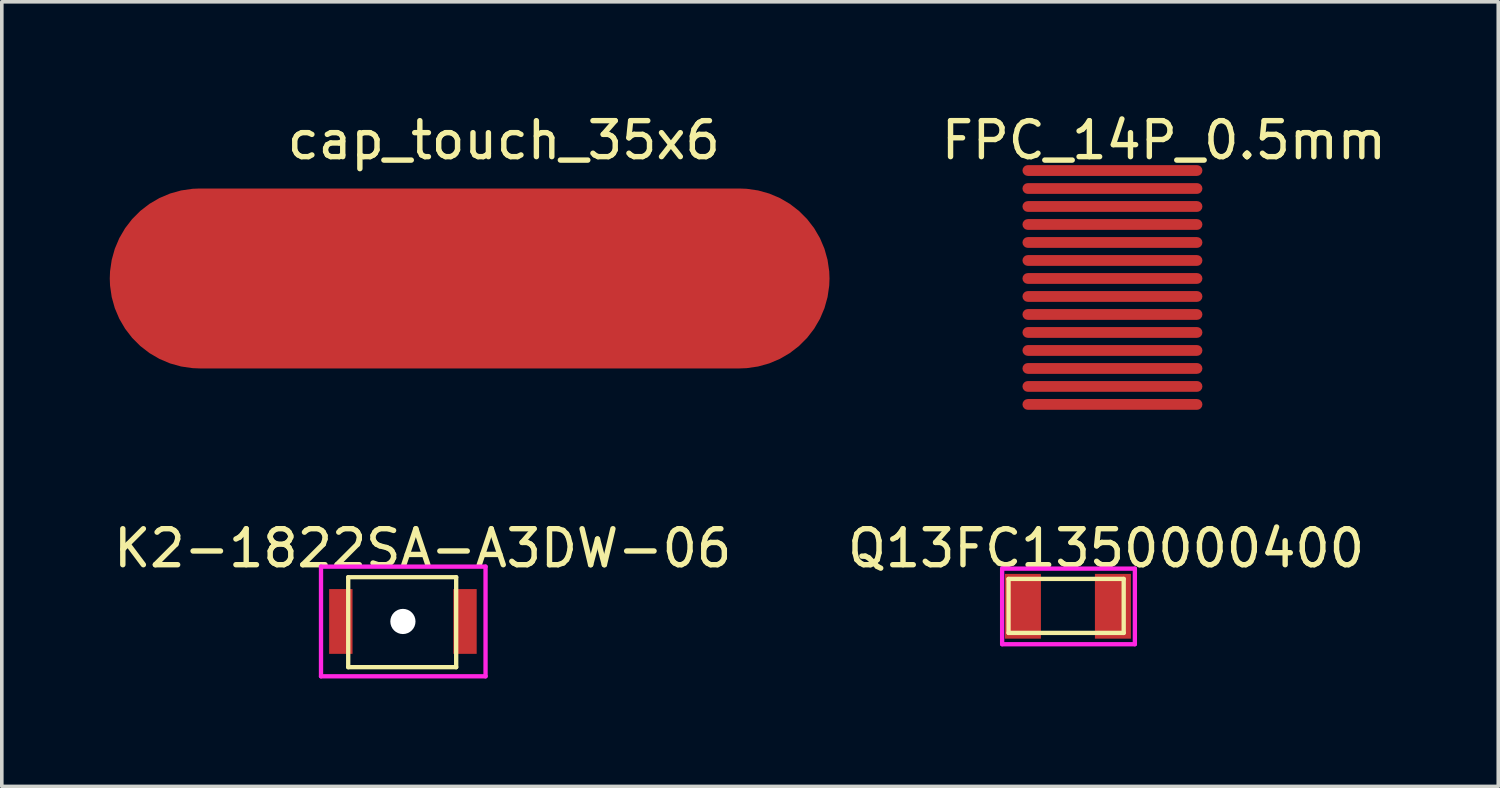
<source format=kicad_pcb>
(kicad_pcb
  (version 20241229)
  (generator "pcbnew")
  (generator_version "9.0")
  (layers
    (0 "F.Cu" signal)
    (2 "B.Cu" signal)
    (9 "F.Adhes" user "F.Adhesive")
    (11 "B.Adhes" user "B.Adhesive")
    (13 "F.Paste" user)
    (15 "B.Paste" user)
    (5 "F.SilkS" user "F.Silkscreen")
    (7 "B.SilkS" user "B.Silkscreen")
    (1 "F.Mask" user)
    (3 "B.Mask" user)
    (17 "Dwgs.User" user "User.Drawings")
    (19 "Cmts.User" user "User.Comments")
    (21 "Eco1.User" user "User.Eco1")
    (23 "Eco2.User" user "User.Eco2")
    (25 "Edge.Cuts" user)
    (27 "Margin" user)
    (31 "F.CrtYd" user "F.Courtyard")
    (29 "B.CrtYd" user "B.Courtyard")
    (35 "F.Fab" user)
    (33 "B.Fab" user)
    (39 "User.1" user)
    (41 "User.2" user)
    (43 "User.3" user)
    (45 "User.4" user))
  (footprint "cap_touch_35x6"
    (layer "F.Cu")
    (at 10.17 4.068)
    (property "Reference" "cap_touch_35x6" (at 0.78 -3.22 0) (layer "F.SilkS") (effects (font (size 1 1) (thickness 0.15))))
    (attr through_hole)
    (pad "1" smd roundrect (at -0.17 0.62) (size 20 5) (layers "F.Cu" "F.Mask" "F.Paste") (roundrect_rratio 0.5)))
  (footprint "K2-1822SA-A3DW-06"
    (layer "F.Cu")
    (at 8.156 14.219)
    (property "Reference" "K2-1822SA-A3DW-06" (at 0.54 -2.032 0) (layer "F.SilkS") (effects (font (size 1 1) (thickness 0.15))))
    (attr through_hole)
    (fp_line (start -1.53 -1.23) (end -1.53 1.27) (stroke (width 0.12) (type solid)) (layer "F.SilkS"))
    (fp_line (start -1.53 -1.23) (end 1.47 -1.23) (stroke (width 0.12) (type solid)) (layer "F.SilkS"))
    (fp_line (start -1.53 1.27) (end 1.47 1.27) (stroke (width 0.12) (type solid)) (layer "F.SilkS"))
    (fp_line (start 1.47 -1.23) (end 1.47 1.27) (stroke (width 0.12) (type solid)) (layer "F.SilkS"))
    (fp_line (start -2.286 -1.524) (end 2.286 -1.524) (stroke (width 0.12) (type solid)) (layer "F.CrtYd"))
    (fp_line (start -2.286 1.524) (end -2.286 -1.524) (stroke (width 0.12) (type solid)) (layer "F.CrtYd"))
    (fp_line (start 2.286 -1.524) (end 2.286 1.524) (stroke (width 0.12) (type solid)) (layer "F.CrtYd"))
    (fp_line (start 2.286 1.524) (end -2.286 1.524) (stroke (width 0.12) (type solid)) (layer "F.CrtYd"))
    (pad "" np_thru_hole circle (at -0.01 0) (size 0.7 0.7) (drill 0.7) (layers "*.Cu" "*.Mask"))
    (pad "1" smd rect (at -1.735 0) (size 0.65 1.8) (layers "F.Cu" "F.Mask" "F.Paste"))
    (pad "2" smd rect (at 1.715 0) (size 0.65 1.8) (layers "F.Cu" "F.Mask" "F.Paste")))
  (footprint "Q13FC1350000400"
    (layer "F.Cu")
    (at 26.575 13.767)
    (property "Reference" "Q13FC1350000400" (at 1.11 -1.58 0) (layer "F.SilkS") (effects (font (size 1 1) (thickness 0.15))))
    (attr smd)
    (fp_line (start -1.6 -0.73) (end -1.6 0.77) (stroke (width 0.12) (type solid)) (layer "F.SilkS"))
    (fp_line (start -1.6 0.77) (end 1.6 0.77) (stroke (width 0.12) (type solid)) (layer "F.SilkS"))
    (fp_line (start 1.6 -0.73) (end -1.6 -0.73) (stroke (width 0.12) (type solid)) (layer "F.SilkS"))
    (fp_line (start 1.6 0.77) (end 1.6 -0.73) (stroke (width 0.12) (type solid)) (layer "F.SilkS"))
    (fp_line (start -1.778 -1.016) (end 1.91 -1.016) (stroke (width 0.12) (type solid)) (layer "F.CrtYd"))
    (fp_line (start -1.778 1.084) (end -1.778 -1.016) (stroke (width 0.12) (type solid)) (layer "F.CrtYd"))
    (fp_line (start 1.91 -1.016) (end 1.91 1.084) (stroke (width 0.12) (type solid)) (layer "F.CrtYd"))
    (fp_line (start 1.91 1.084) (end -1.778 1.084) (stroke (width 0.12) (type solid)) (layer "F.CrtYd"))
    (pad "1" smd rect (at -1.2 0.03) (size 1 1.8) (layers "F.Cu" "F.Mask" "F.Paste"))
    (pad "2" smd rect (at 1.3 0.03) (size 1 1.8) (layers "F.Cu" "F.Mask" "F.Paste")))
  (footprint "FPC_14P_0.5mm"
    (layer "F.Cu")
    (at 27.912 4.818)
    (property "Reference" "FPC_14P_0.5mm" (at 1.38 -3.97 0) (layer "F.SilkS") (effects (font (size 1 1) (thickness 0.15))))
    (attr through_hole)
    (pad "1" smd roundrect (at -0.05 -3.13) (size 5 0.3) (layers "F.Cu" "F.Mask" "F.Paste") (roundrect_rratio 0.5))
    (pad "2" smd roundrect (at -0.05 -2.63) (size 5 0.3) (layers "F.Cu" "F.Mask" "F.Paste") (roundrect_rratio 0.5))
    (pad "3" smd roundrect (at -0.05 -2.13) (size 5 0.3) (layers "F.Cu" "F.Mask" "F.Paste") (roundrect_rratio 0.5))
    (pad "4" smd roundrect (at -0.05 -1.63) (size 5 0.3) (layers "F.Cu" "F.Mask" "F.Paste") (roundrect_rratio 0.5))
    (pad "5" smd roundrect (at -0.05 -1.13) (size 5 0.3) (layers "F.Cu" "F.Mask" "F.Paste") (roundrect_rratio 0.5))
    (pad "6" smd roundrect (at -0.05 -0.63) (size 5 0.3) (layers "F.Cu" "F.Mask" "F.Paste") (roundrect_rratio 0.5))
    (pad "7" smd roundrect (at -0.05 -0.13) (size 5 0.3) (layers "F.Cu" "F.Mask" "F.Paste") (roundrect_rratio 0.5))
    (pad "8" smd roundrect (at -0.05 0.37) (size 5 0.3) (layers "F.Cu" "F.Mask" "F.Paste") (roundrect_rratio 0.5))
    (pad "9" smd roundrect (at -0.05 0.87) (size 5 0.3) (layers "F.Cu" "F.Mask" "F.Paste") (roundrect_rratio 0.5))
    (pad "10" smd roundrect (at -0.05 1.37) (size 5 0.3) (layers "F.Cu" "F.Mask" "F.Paste") (roundrect_rratio 0.5))
    (pad "11" smd roundrect (at -0.05 1.87) (size 5 0.3) (layers "F.Cu" "F.Mask" "F.Paste") (roundrect_rratio 0.5))
    (pad "12" smd roundrect (at -0.05 2.37) (size 5 0.3) (layers "F.Cu" "F.Mask" "F.Paste") (roundrect_rratio 0.5))
    (pad "13" smd roundrect (at -0.05 2.87) (size 5 0.3) (layers "F.Cu" "F.Mask" "F.Paste") (roundrect_rratio 0.5))
    (pad "14" smd roundrect (at -0.05 3.37) (size 5 0.3) (layers "F.Cu" "F.Mask" "F.Paste") (roundrect_rratio 0.5)))
  (gr_rect
    (start -3 -3)
    (end 38.583 18.802)
    (stroke (width 0.1) (type default))
    (fill no)
    (layer "Edge.Cuts")))
</source>
